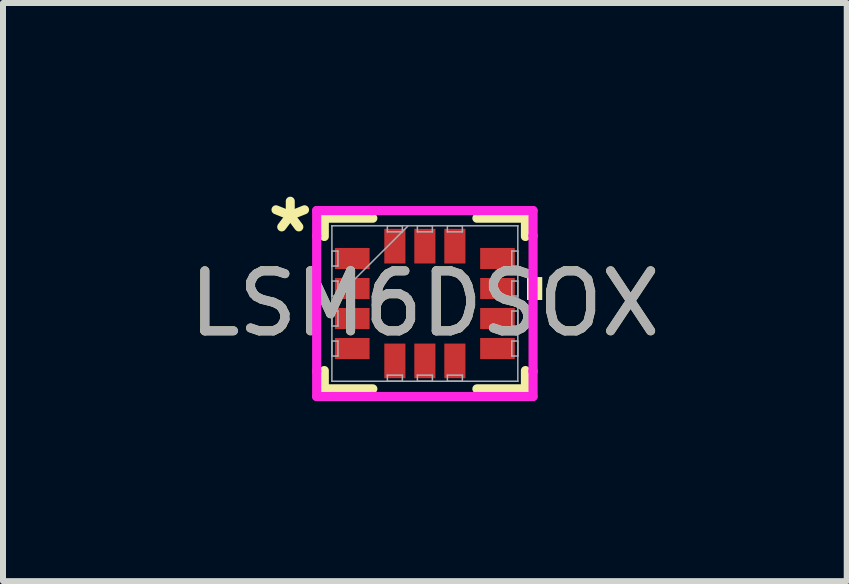
<source format=kicad_pcb>
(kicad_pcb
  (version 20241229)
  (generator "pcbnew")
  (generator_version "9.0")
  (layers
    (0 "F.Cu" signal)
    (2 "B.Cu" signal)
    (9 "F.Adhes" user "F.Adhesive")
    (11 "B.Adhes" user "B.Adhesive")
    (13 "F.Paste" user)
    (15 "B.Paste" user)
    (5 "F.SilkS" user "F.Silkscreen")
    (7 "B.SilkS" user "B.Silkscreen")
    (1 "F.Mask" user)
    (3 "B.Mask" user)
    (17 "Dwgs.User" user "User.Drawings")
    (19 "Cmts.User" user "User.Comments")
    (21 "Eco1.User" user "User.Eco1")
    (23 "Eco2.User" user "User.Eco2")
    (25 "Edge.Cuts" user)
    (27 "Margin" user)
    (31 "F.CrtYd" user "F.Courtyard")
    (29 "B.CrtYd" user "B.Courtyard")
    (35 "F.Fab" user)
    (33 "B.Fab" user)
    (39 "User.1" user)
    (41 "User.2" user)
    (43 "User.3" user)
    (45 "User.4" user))
  (footprint "LSM6DSOX"
    (layer "F.Cu")
    (at 4.03 2.008)
    (property "Reference" "LSM6DSOX" (at 0 0 0) (unlocked yes) (layer "F.SilkS") (effects (font (size 1 1) (thickness 0.15))))
    (attr smd)
    (fp_line (start -1.676 -1.422) (end -1.676 -1.117) (stroke (width 0.152) (type solid)) (layer "F.SilkS"))
    (fp_line (start -1.676 1.117) (end -1.676 1.422) (stroke (width 0.152) (type solid)) (layer "F.SilkS"))
    (fp_line (start -1.676 1.422) (end -0.867 1.422) (stroke (width 0.152) (type solid)) (layer "F.SilkS"))
    (fp_line (start -0.867 -1.422) (end -1.676 -1.422) (stroke (width 0.152) (type solid)) (layer "F.SilkS"))
    (fp_line (start 0.867 1.422) (end 1.676 1.422) (stroke (width 0.152) (type solid)) (layer "F.SilkS"))
    (fp_line (start 1.676 -1.422) (end 0.867 -1.422) (stroke (width 0.152) (type solid)) (layer "F.SilkS"))
    (fp_line (start 1.676 -1.117) (end 1.676 -1.422) (stroke (width 0.152) (type solid)) (layer "F.SilkS"))
    (fp_line (start 1.676 1.422) (end 1.676 1.117) (stroke (width 0.152) (type solid)) (layer "F.SilkS"))
    (fp_poly (pts (xy 1.956 -0.441) (xy 1.956 -0.059) (xy 1.702 -0.059) (xy 1.702 -0.441)) (stroke (width 0) (type solid)) (fill yes) (layer "F.SilkS"))
    (fp_line (start -1.803 -1.549) (end -0.879 -1.549) (stroke (width 0.152) (type solid)) (layer "F.CrtYd"))
    (fp_line (start -1.803 -1.129) (end -1.803 -1.549) (stroke (width 0.152) (type solid)) (layer "F.CrtYd"))
    (fp_line (start -1.803 -1.129) (end -1.803 -1.129) (stroke (width 0.152) (type solid)) (layer "F.CrtYd"))
    (fp_line (start -1.803 1.129) (end -1.803 -1.129) (stroke (width 0.152) (type solid)) (layer "F.CrtYd"))
    (fp_line (start -1.803 1.129) (end -1.803 1.129) (stroke (width 0.152) (type solid)) (layer "F.CrtYd"))
    (fp_line (start -1.803 1.549) (end -1.803 1.129) (stroke (width 0.152) (type solid)) (layer "F.CrtYd"))
    (fp_line (start -0.879 -1.549) (end -0.879 -1.549) (stroke (width 0.152) (type solid)) (layer "F.CrtYd"))
    (fp_line (start -0.879 -1.549) (end 0.879 -1.549) (stroke (width 0.152) (type solid)) (layer "F.CrtYd"))
    (fp_line (start -0.879 1.549) (end -1.803 1.549) (stroke (width 0.152) (type solid)) (layer "F.CrtYd"))
    (fp_line (start -0.879 1.549) (end -0.879 1.549) (stroke (width 0.152) (type solid)) (layer "F.CrtYd"))
    (fp_line (start 0.879 -1.549) (end 0.879 -1.549) (stroke (width 0.152) (type solid)) (layer "F.CrtYd"))
    (fp_line (start 0.879 -1.549) (end 1.803 -1.549) (stroke (width 0.152) (type solid)) (layer "F.CrtYd"))
    (fp_line (start 0.879 1.549) (end -0.879 1.549) (stroke (width 0.152) (type solid)) (layer "F.CrtYd"))
    (fp_line (start 0.879 1.549) (end 0.879 1.549) (stroke (width 0.152) (type solid)) (layer "F.CrtYd"))
    (fp_line (start 1.803 -1.549) (end 1.803 -1.129) (stroke (width 0.152) (type solid)) (layer "F.CrtYd"))
    (fp_line (start 1.803 -1.129) (end 1.803 -1.129) (stroke (width 0.152) (type solid)) (layer "F.CrtYd"))
    (fp_line (start 1.803 -1.129) (end 1.803 1.129) (stroke (width 0.152) (type solid)) (layer "F.CrtYd"))
    (fp_line (start 1.803 1.129) (end 1.803 1.129) (stroke (width 0.152) (type solid)) (layer "F.CrtYd"))
    (fp_line (start 1.803 1.129) (end 1.803 1.549) (stroke (width 0.152) (type solid)) (layer "F.CrtYd"))
    (fp_line (start 1.803 1.549) (end 0.879 1.549) (stroke (width 0.152) (type solid)) (layer "F.CrtYd"))
    (fp_line (start -1.549 -1.295) (end -1.549 -1.295) (stroke (width 0.025) (type solid)) (layer "F.Fab"))
    (fp_line (start -1.549 -1.295) (end -1.549 1.295) (stroke (width 0.025) (type solid)) (layer "F.Fab"))
    (fp_line (start -1.549 -0.875) (end -1.448 -0.875) (stroke (width 0.025) (type solid)) (layer "F.Fab"))
    (fp_line (start -1.549 -0.625) (end -1.549 -0.875) (stroke (width 0.025) (type solid)) (layer "F.Fab"))
    (fp_line (start -1.549 -0.375) (end -1.448 -0.375) (stroke (width 0.025) (type solid)) (layer "F.Fab"))
    (fp_line (start -1.549 -0.125) (end -1.549 -0.375) (stroke (width 0.025) (type solid)) (layer "F.Fab"))
    (fp_line (start -1.549 -0.025) (end -0.279 -1.295) (stroke (width 0.025) (type solid)) (layer "F.Fab"))
    (fp_line (start -1.549 0.125) (end -1.448 0.125) (stroke (width 0.025) (type solid)) (layer "F.Fab"))
    (fp_line (start -1.549 0.375) (end -1.549 0.125) (stroke (width 0.025) (type solid)) (layer "F.Fab"))
    (fp_line (start -1.549 0.625) (end -1.448 0.625) (stroke (width 0.025) (type solid)) (layer "F.Fab"))
    (fp_line (start -1.549 0.875) (end -1.549 0.625) (stroke (width 0.025) (type solid)) (layer "F.Fab"))
    (fp_line (start -1.549 1.295) (end -1.549 1.295) (stroke (width 0.025) (type solid)) (layer "F.Fab"))
    (fp_line (start -1.549 1.295) (end 1.549 1.295) (stroke (width 0.025) (type solid)) (layer "F.Fab"))
    (fp_line (start -1.448 -0.875) (end -1.448 -0.625) (stroke (width 0.025) (type solid)) (layer "F.Fab"))
    (fp_line (start -1.448 -0.625) (end -1.549 -0.625) (stroke (width 0.025) (type solid)) (layer "F.Fab"))
    (fp_line (start -1.448 -0.375) (end -1.448 -0.125) (stroke (width 0.025) (type solid)) (layer "F.Fab"))
    (fp_line (start -1.448 -0.125) (end -1.549 -0.125) (stroke (width 0.025) (type solid)) (layer "F.Fab"))
    (fp_line (start -1.448 0.125) (end -1.448 0.375) (stroke (width 0.025) (type solid)) (layer "F.Fab"))
    (fp_line (start -1.448 0.375) (end -1.549 0.375) (stroke (width 0.025) (type solid)) (layer "F.Fab"))
    (fp_line (start -1.448 0.625) (end -1.448 0.875) (stroke (width 0.025) (type solid)) (layer "F.Fab"))
    (fp_line (start -1.448 0.875) (end -1.549 0.875) (stroke (width 0.025) (type solid)) (layer "F.Fab"))
    (fp_line (start -0.625 -1.295) (end -0.375 -1.295) (stroke (width 0.025) (type solid)) (layer "F.Fab"))
    (fp_line (start -0.625 -1.194) (end -0.625 -1.295) (stroke (width 0.025) (type solid)) (layer "F.Fab"))
    (fp_line (start -0.625 1.194) (end -0.375 1.194) (stroke (width 0.025) (type solid)) (layer "F.Fab"))
    (fp_line (start -0.625 1.295) (end -0.625 1.194) (stroke (width 0.025) (type solid)) (layer "F.Fab"))
    (fp_line (start -0.375 -1.295) (end -0.375 -1.194) (stroke (width 0.025) (type solid)) (layer "F.Fab"))
    (fp_line (start -0.375 -1.194) (end -0.625 -1.194) (stroke (width 0.025) (type solid)) (layer "F.Fab"))
    (fp_line (start -0.375 1.194) (end -0.375 1.295) (stroke (width 0.025) (type solid)) (layer "F.Fab"))
    (fp_line (start -0.375 1.295) (end -0.625 1.295) (stroke (width 0.025) (type solid)) (layer "F.Fab"))
    (fp_line (start -0.125 -1.295) (end 0.125 -1.295) (stroke (width 0.025) (type solid)) (layer "F.Fab"))
    (fp_line (start -0.125 -1.194) (end -0.125 -1.295) (stroke (width 0.025) (type solid)) (layer "F.Fab"))
    (fp_line (start -0.125 1.194) (end 0.125 1.194) (stroke (width 0.025) (type solid)) (layer "F.Fab"))
    (fp_line (start -0.125 1.295) (end -0.125 1.194) (stroke (width 0.025) (type solid)) (layer "F.Fab"))
    (fp_line (start 0.125 -1.295) (end 0.125 -1.194) (stroke (width 0.025) (type solid)) (layer "F.Fab"))
    (fp_line (start 0.125 -1.194) (end -0.125 -1.194) (stroke (width 0.025) (type solid)) (layer "F.Fab"))
    (fp_line (start 0.125 1.194) (end 0.125 1.295) (stroke (width 0.025) (type solid)) (layer "F.Fab"))
    (fp_line (start 0.125 1.295) (end -0.125 1.295) (stroke (width 0.025) (type solid)) (layer "F.Fab"))
    (fp_line (start 0.375 -1.295) (end 0.625 -1.295) (stroke (width 0.025) (type solid)) (layer "F.Fab"))
    (fp_line (start 0.375 -1.194) (end 0.375 -1.295) (stroke (width 0.025) (type solid)) (layer "F.Fab"))
    (fp_line (start 0.375 1.194) (end 0.625 1.194) (stroke (width 0.025) (type solid)) (layer "F.Fab"))
    (fp_line (start 0.375 1.295) (end 0.375 1.194) (stroke (width 0.025) (type solid)) (layer "F.Fab"))
    (fp_line (start 0.625 -1.295) (end 0.625 -1.194) (stroke (width 0.025) (type solid)) (layer "F.Fab"))
    (fp_line (start 0.625 -1.194) (end 0.375 -1.194) (stroke (width 0.025) (type solid)) (layer "F.Fab"))
    (fp_line (start 0.625 1.194) (end 0.625 1.295) (stroke (width 0.025) (type solid)) (layer "F.Fab"))
    (fp_line (start 0.625 1.295) (end 0.375 1.295) (stroke (width 0.025) (type solid)) (layer "F.Fab"))
    (fp_line (start 1.448 -0.875) (end 1.549 -0.875) (stroke (width 0.025) (type solid)) (layer "F.Fab"))
    (fp_line (start 1.448 -0.625) (end 1.448 -0.875) (stroke (width 0.025) (type solid)) (layer "F.Fab"))
    (fp_line (start 1.448 -0.375) (end 1.549 -0.375) (stroke (width 0.025) (type solid)) (layer "F.Fab"))
    (fp_line (start 1.448 -0.125) (end 1.448 -0.375) (stroke (width 0.025) (type solid)) (layer "F.Fab"))
    (fp_line (start 1.448 0.125) (end 1.549 0.125) (stroke (width 0.025) (type solid)) (layer "F.Fab"))
    (fp_line (start 1.448 0.375) (end 1.448 0.125) (stroke (width 0.025) (type solid)) (layer "F.Fab"))
    (fp_line (start 1.448 0.625) (end 1.549 0.625) (stroke (width 0.025) (type solid)) (layer "F.Fab"))
    (fp_line (start 1.448 0.875) (end 1.448 0.625) (stroke (width 0.025) (type solid)) (layer "F.Fab"))
    (fp_line (start 1.549 -1.295) (end -1.549 -1.295) (stroke (width 0.025) (type solid)) (layer "F.Fab"))
    (fp_line (start 1.549 -1.295) (end 1.549 -1.295) (stroke (width 0.025) (type solid)) (layer "F.Fab"))
    (fp_line (start 1.549 -0.875) (end 1.549 -0.625) (stroke (width 0.025) (type solid)) (layer "F.Fab"))
    (fp_line (start 1.549 -0.625) (end 1.448 -0.625) (stroke (width 0.025) (type solid)) (layer "F.Fab"))
    (fp_line (start 1.549 -0.375) (end 1.549 -0.125) (stroke (width 0.025) (type solid)) (layer "F.Fab"))
    (fp_line (start 1.549 -0.125) (end 1.448 -0.125) (stroke (width 0.025) (type solid)) (layer "F.Fab"))
    (fp_line (start 1.549 0.125) (end 1.549 0.375) (stroke (width 0.025) (type solid)) (layer "F.Fab"))
    (fp_line (start 1.549 0.375) (end 1.448 0.375) (stroke (width 0.025) (type solid)) (layer "F.Fab"))
    (fp_line (start 1.549 0.625) (end 1.549 0.875) (stroke (width 0.025) (type solid)) (layer "F.Fab"))
    (fp_line (start 1.549 0.875) (end 1.448 0.875) (stroke (width 0.025) (type solid)) (layer "F.Fab"))
    (fp_line (start 1.549 1.295) (end 1.549 -1.295) (stroke (width 0.025) (type solid)) (layer "F.Fab"))
    (fp_line (start 1.549 1.295) (end 1.549 1.295) (stroke (width 0.025) (type solid)) (layer "F.Fab"))
    (fp_text user "*" (at -2.243 -1.16 0) (layer "F.SilkS") (effects (font (size 1 1) (thickness 0.15))))
    (fp_text user "${REFERENCE}" (at 0 0 0) (unlocked yes) (layer "F.Fab") (effects (font (size 1 1) (thickness 0.15))))
    (pad "1" smd rect (at -1.21 -0.75 90) (size 0.352 0.577) (layers "F.Cu" "F.Mask" "F.Paste"))
    (pad "2" smd rect (at -1.21 -0.25 90) (size 0.352 0.577) (layers "F.Cu" "F.Mask" "F.Paste"))
    (pad "3" smd rect (at -1.21 0.25 90) (size 0.352 0.577) (layers "F.Cu" "F.Mask" "F.Paste"))
    (pad "4" smd rect (at -1.21 0.75 90) (size 0.352 0.577) (layers "F.Cu" "F.Mask" "F.Paste"))
    (pad "5" smd rect (at -0.5 0.956) (size 0.352 0.577) (layers "F.Cu" "F.Mask" "F.Paste"))
    (pad "6" smd rect (at 0 0.956) (size 0.352 0.577) (layers "F.Cu" "F.Mask" "F.Paste"))
    (pad "7" smd rect (at 0.5 0.956) (size 0.352 0.577) (layers "F.Cu" "F.Mask" "F.Paste"))
    (pad "8" smd rect (at 1.21 0.75 90) (size 0.352 0.577) (layers "F.Cu" "F.Mask" "F.Paste"))
    (pad "9" smd rect (at 1.21 0.25 90) (size 0.352 0.577) (layers "F.Cu" "F.Mask" "F.Paste"))
    (pad "10" smd rect (at 1.21 -0.25 90) (size 0.352 0.577) (layers "F.Cu" "F.Mask" "F.Paste"))
    (pad "11" smd rect (at 1.21 -0.75 90) (size 0.352 0.577) (layers "F.Cu" "F.Mask" "F.Paste"))
    (pad "12" smd rect (at 0.5 -0.956) (size 0.352 0.577) (layers "F.Cu" "F.Mask" "F.Paste"))
    (pad "13" smd rect (at 0 -0.956) (size 0.352 0.577) (layers "F.Cu" "F.Mask" "F.Paste"))
    (pad "14" smd rect (at -0.5 -0.956) (size 0.352 0.577) (layers "F.Cu" "F.Mask" "F.Paste")))
  (gr_rect
    (start -3 -3)
    (end 11.06 6.634)
    (stroke (width 0.1) (type default))
    (fill no)
    (layer "Edge.Cuts")))
</source>
